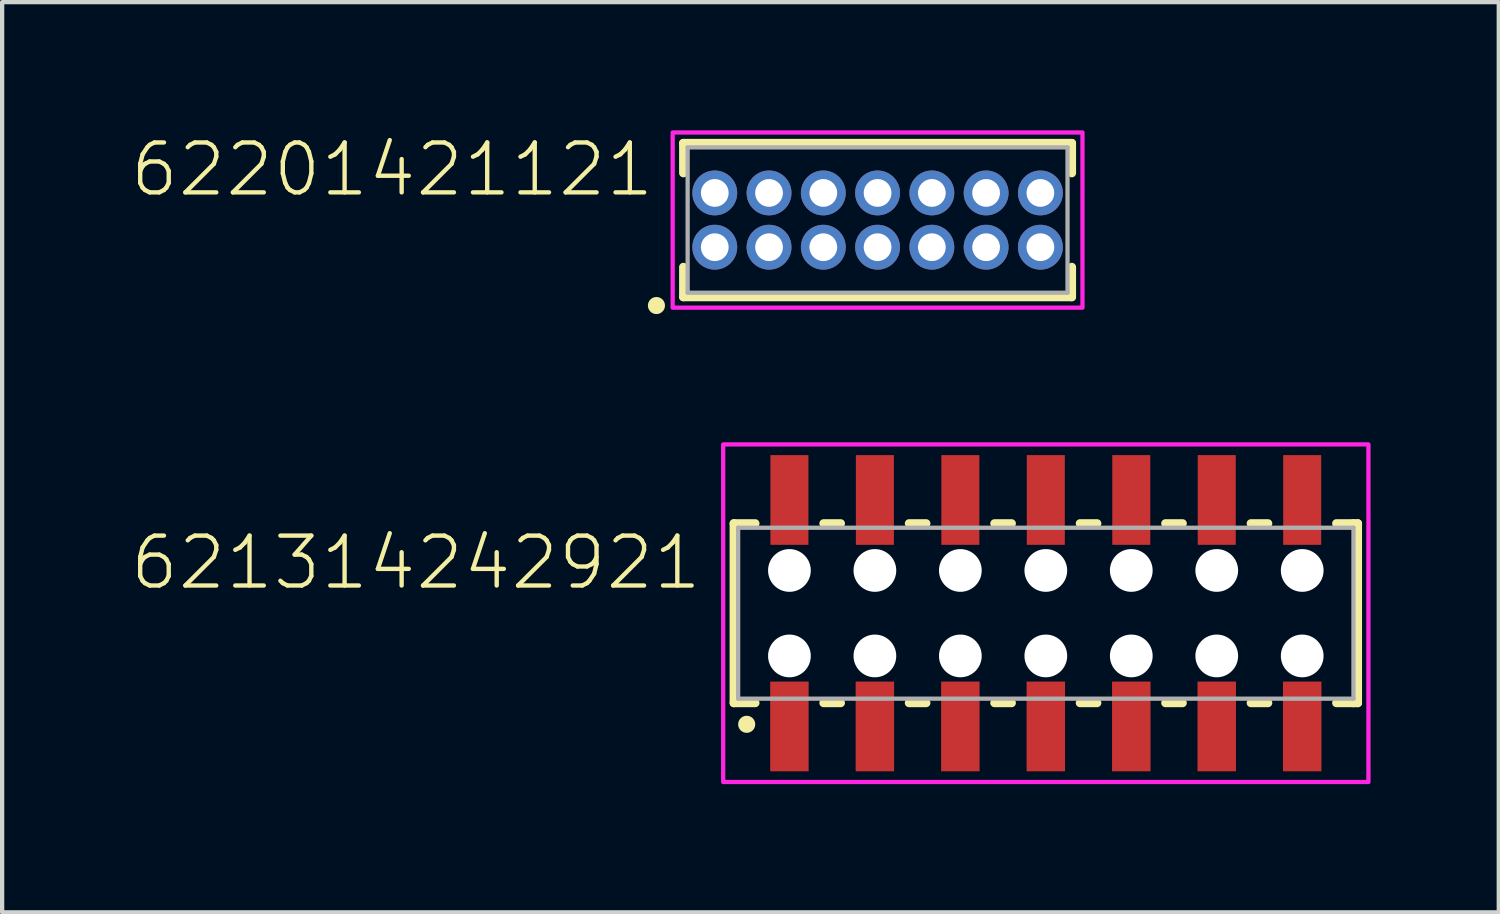
<source format=kicad_pcb>
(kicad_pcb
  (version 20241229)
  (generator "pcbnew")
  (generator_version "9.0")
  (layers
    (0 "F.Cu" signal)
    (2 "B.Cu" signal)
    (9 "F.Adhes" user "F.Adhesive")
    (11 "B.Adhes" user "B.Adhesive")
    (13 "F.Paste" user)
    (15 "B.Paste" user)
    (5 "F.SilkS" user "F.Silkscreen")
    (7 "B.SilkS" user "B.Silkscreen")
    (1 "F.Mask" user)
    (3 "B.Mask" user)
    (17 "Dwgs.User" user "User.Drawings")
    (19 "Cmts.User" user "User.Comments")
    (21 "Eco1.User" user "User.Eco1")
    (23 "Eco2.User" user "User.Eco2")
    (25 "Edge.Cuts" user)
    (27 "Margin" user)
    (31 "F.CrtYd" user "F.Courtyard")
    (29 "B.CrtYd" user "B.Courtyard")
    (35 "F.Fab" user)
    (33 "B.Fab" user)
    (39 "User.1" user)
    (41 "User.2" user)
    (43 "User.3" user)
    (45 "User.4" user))
  (footprint "62201421121"
    (layer "F.Cu")
    (at 17.487 2.1)
    (property "Reference" "62201421121" (at -5.175 -0.5 0) (unlocked yes) (layer "F.SilkS") (effects (font (size 1.168 1.168) (thickness 0.102)) (justify right bottom)))
    (fp_line (start -4.545 -1.8) (end 4.545 -1.8) (stroke (width 0.2) (type solid)) (layer "F.SilkS"))
    (fp_line (start -4.545 -1.1) (end -4.545 -1.8) (stroke (width 0.2) (type solid)) (layer "F.SilkS"))
    (fp_line (start -4.545 1.1) (end -4.545 1.8) (stroke (width 0.2) (type solid)) (layer "F.SilkS"))
    (fp_line (start -4.545 1.8) (end 4.545 1.8) (stroke (width 0.2) (type solid)) (layer "F.SilkS"))
    (fp_line (start 4.545 -1.8) (end 4.545 -1.1) (stroke (width 0.2) (type solid)) (layer "F.SilkS"))
    (fp_line (start 4.545 1.8) (end 4.545 1.1) (stroke (width 0.2) (type solid)) (layer "F.SilkS"))
    (fp_circle (center -5.175 2) (end -5.075 2) (stroke (width 0.2) (type solid)) (fill no) (layer "F.SilkS"))
    (fp_poly (pts (xy 4.795 2.05) (xy -4.795 2.05) (xy -4.795 -2.05) (xy 4.795 -2.05)) (stroke (width 0.1) (type default)) (fill no) (layer "F.CrtYd"))
    (fp_line (start -4.445 -1.7) (end -4.445 1.7) (stroke (width 0.1) (type solid)) (layer "F.Fab"))
    (fp_line (start -4.445 1.7) (end 4.445 1.7) (stroke (width 0.1) (type solid)) (layer "F.Fab"))
    (fp_line (start 4.445 -1.7) (end -4.445 -1.7) (stroke (width 0.1) (type solid)) (layer "F.Fab"))
    (fp_line (start 4.445 1.7) (end 4.445 -1.7) (stroke (width 0.1) (type solid)) (layer "F.Fab"))
    (pad "1" thru_hole circle (at -3.81 0.635) (size 1.05 1.05) (drill 0.65) (layers "*.Cu" "*.Mask"))
    (pad "2" thru_hole circle (at -3.81 -0.635) (size 1.05 1.05) (drill 0.65) (layers "*.Cu" "*.Mask"))
    (pad "3" thru_hole circle (at -2.54 0.635) (size 1.05 1.05) (drill 0.65) (layers "*.Cu" "*.Mask"))
    (pad "4" thru_hole circle (at -2.54 -0.635) (size 1.05 1.05) (drill 0.65) (layers "*.Cu" "*.Mask"))
    (pad "5" thru_hole circle (at -1.27 0.635) (size 1.05 1.05) (drill 0.65) (layers "*.Cu" "*.Mask"))
    (pad "6" thru_hole circle (at -1.27 -0.635) (size 1.05 1.05) (drill 0.65) (layers "*.Cu" "*.Mask"))
    (pad "7" thru_hole circle (at 0 0.635) (size 1.05 1.05) (drill 0.65) (layers "*.Cu" "*.Mask"))
    (pad "8" thru_hole circle (at 0 -0.635) (size 1.05 1.05) (drill 0.65) (layers "*.Cu" "*.Mask"))
    (pad "9" thru_hole circle (at 1.27 0.635) (size 1.05 1.05) (drill 0.65) (layers "*.Cu" "*.Mask"))
    (pad "10" thru_hole circle (at 1.27 -0.635) (size 1.05 1.05) (drill 0.65) (layers "*.Cu" "*.Mask"))
    (pad "11" thru_hole circle (at 2.54 0.635) (size 1.05 1.05) (drill 0.65) (layers "*.Cu" "*.Mask"))
    (pad "12" thru_hole circle (at 2.54 -0.635) (size 1.05 1.05) (drill 0.65) (layers "*.Cu" "*.Mask"))
    (pad "13" thru_hole circle (at 3.81 0.635) (size 1.05 1.05) (drill 0.65) (layers "*.Cu" "*.Mask"))
    (pad "14" thru_hole circle (at 3.81 -0.635) (size 1.05 1.05) (drill 0.65) (layers "*.Cu" "*.Mask")))
  (footprint "621314242921"
    (layer "F.Cu")
    (at 21.424 11.3)
    (property "Reference" "621314242921" (at -8 -0.5 0) (unlocked yes) (layer "F.SilkS") (effects (font (size 1.168 1.168) (thickness 0.102)) (justify right bottom)))
    (fp_line (start -7.3 -2.1) (end -7.3 2.1) (stroke (width 0.2) (type solid)) (layer "F.SilkS"))
    (fp_line (start -7.3 2.1) (end -6.8 2.1) (stroke (width 0.2) (type solid)) (layer "F.SilkS"))
    (fp_line (start -6.8 -2.1) (end -7.3 -2.1) (stroke (width 0.2) (type solid)) (layer "F.SilkS"))
    (fp_line (start -5.2 2.1) (end -4.8 2.1) (stroke (width 0.2) (type solid)) (layer "F.SilkS"))
    (fp_line (start -4.8 -2.1) (end -5.2 -2.1) (stroke (width 0.2) (type solid)) (layer "F.SilkS"))
    (fp_line (start -3.2 2.1) (end -2.8 2.1) (stroke (width 0.2) (type solid)) (layer "F.SilkS"))
    (fp_line (start -2.8 -2.1) (end -3.2 -2.1) (stroke (width 0.2) (type solid)) (layer "F.SilkS"))
    (fp_line (start -1.2 2.1) (end -0.8 2.1) (stroke (width 0.2) (type solid)) (layer "F.SilkS"))
    (fp_line (start -0.8 -2.1) (end -1.2 -2.1) (stroke (width 0.2) (type solid)) (layer "F.SilkS"))
    (fp_line (start 0.8 2.1) (end 1.2 2.1) (stroke (width 0.2) (type solid)) (layer "F.SilkS"))
    (fp_line (start 1.2 -2.1) (end 0.8 -2.1) (stroke (width 0.2) (type solid)) (layer "F.SilkS"))
    (fp_line (start 2.8 2.1) (end 3.2 2.1) (stroke (width 0.2) (type solid)) (layer "F.SilkS"))
    (fp_line (start 3.2 -2.1) (end 2.8 -2.1) (stroke (width 0.2) (type solid)) (layer "F.SilkS"))
    (fp_line (start 4.8 2.1) (end 5.2 2.1) (stroke (width 0.2) (type solid)) (layer "F.SilkS"))
    (fp_line (start 5.2 -2.1) (end 4.8 -2.1) (stroke (width 0.2) (type solid)) (layer "F.SilkS"))
    (fp_line (start 6.8 2.1) (end 7.2 2.1) (stroke (width 0.2) (type solid)) (layer "F.SilkS"))
    (fp_line (start 7.2 -2.1) (end 6.8 -2.1) (stroke (width 0.2) (type solid)) (layer "F.SilkS"))
    (fp_line (start 7.2 -2.1) (end 7.3 -2.1) (stroke (width 0.2) (type solid)) (layer "F.SilkS"))
    (fp_line (start 7.3 -2.1) (end 7.3 2.1) (stroke (width 0.2) (type solid)) (layer "F.SilkS"))
    (fp_line (start 7.3 2.1) (end 7.2 2.1) (stroke (width 0.2) (type solid)) (layer "F.SilkS"))
    (fp_circle (center -7 2.6) (end -6.9 2.6) (stroke (width 0.2) (type solid)) (fill no) (layer "F.SilkS"))
    (fp_poly (pts (xy 7.55 3.95) (xy -7.55 3.95) (xy -7.55 -3.95) (xy 7.55 -3.95)) (stroke (width 0.1) (type default)) (fill no) (layer "F.CrtYd"))
    (fp_line (start -7.2 -2) (end -7.2 2) (stroke (width 0.1) (type solid)) (layer "F.Fab"))
    (fp_line (start -7.2 2) (end 7.2 2) (stroke (width 0.1) (type solid)) (layer "F.Fab"))
    (fp_line (start 7.2 -2) (end -7.2 -2) (stroke (width 0.1) (type solid)) (layer "F.Fab"))
    (fp_line (start 7.2 2) (end 7.2 -2) (stroke (width 0.1) (type solid)) (layer "F.Fab"))
    (pad "" np_thru_hole circle (at -6 -1) (size 1 1) (drill 1) (layers "*.Cu" "*.Mask"))
    (pad "" np_thru_hole circle (at -6 1) (size 1 1) (drill 1) (layers "*.Cu" "*.Mask"))
    (pad "" np_thru_hole circle (at -4 -1) (size 1 1) (drill 1) (layers "*.Cu" "*.Mask"))
    (pad "" np_thru_hole circle (at -4 1) (size 1 1) (drill 1) (layers "*.Cu" "*.Mask"))
    (pad "" np_thru_hole circle (at -2 -1) (size 1 1) (drill 1) (layers "*.Cu" "*.Mask"))
    (pad "" np_thru_hole circle (at -2 1) (size 1 1) (drill 1) (layers "*.Cu" "*.Mask"))
    (pad "" np_thru_hole circle (at 0 -1) (size 1 1) (drill 1) (layers "*.Cu" "*.Mask"))
    (pad "" np_thru_hole circle (at 0 1) (size 1 1) (drill 1) (layers "*.Cu" "*.Mask"))
    (pad "" np_thru_hole circle (at 2 -1) (size 1 1) (drill 1) (layers "*.Cu" "*.Mask"))
    (pad "" np_thru_hole circle (at 2 1) (size 1 1) (drill 1) (layers "*.Cu" "*.Mask"))
    (pad "" np_thru_hole circle (at 4 -1) (size 1 1) (drill 1) (layers "*.Cu" "*.Mask"))
    (pad "" np_thru_hole circle (at 4 1) (size 1 1) (drill 1) (layers "*.Cu" "*.Mask"))
    (pad "" np_thru_hole circle (at 6 -1) (size 1 1) (drill 1) (layers "*.Cu" "*.Mask"))
    (pad "" np_thru_hole circle (at 6 1) (size 1 1) (drill 1) (layers "*.Cu" "*.Mask"))
    (pad "1" smd rect (at -6 2.65) (size 0.9 2.1) (layers "F.Cu" "F.Mask" "F.Paste"))
    (pad "2" smd rect (at -6 -2.65) (size 0.89 2.1) (layers "F.Cu" "F.Mask" "F.Paste"))
    (pad "3" smd rect (at -4 2.65) (size 0.9 2.1) (layers "F.Cu" "F.Mask" "F.Paste"))
    (pad "4" smd rect (at -4 -2.65) (size 0.89 2.1) (layers "F.Cu" "F.Mask" "F.Paste"))
    (pad "5" smd rect (at -2 2.65) (size 0.9 2.1) (layers "F.Cu" "F.Mask" "F.Paste"))
    (pad "6" smd rect (at -2 -2.65) (size 0.89 2.1) (layers "F.Cu" "F.Mask" "F.Paste"))
    (pad "7" smd rect (at 0 2.65) (size 0.9 2.1) (layers "F.Cu" "F.Mask" "F.Paste"))
    (pad "8" smd rect (at 0 -2.65) (size 0.89 2.1) (layers "F.Cu" "F.Mask" "F.Paste"))
    (pad "9" smd rect (at 2 2.65) (size 0.9 2.1) (layers "F.Cu" "F.Mask" "F.Paste"))
    (pad "10" smd rect (at 2 -2.65) (size 0.89 2.1) (layers "F.Cu" "F.Mask" "F.Paste"))
    (pad "11" smd rect (at 4 2.65) (size 0.9 2.1) (layers "F.Cu" "F.Mask" "F.Paste"))
    (pad "12" smd rect (at 4 -2.65) (size 0.89 2.1) (layers "F.Cu" "F.Mask" "F.Paste"))
    (pad "13" smd rect (at 6 2.65) (size 0.9 2.1) (layers "F.Cu" "F.Mask" "F.Paste"))
    (pad "14" smd rect (at 6 -2.65) (size 0.89 2.1) (layers "F.Cu" "F.Mask" "F.Paste")))
  (gr_rect
    (start -3 -3)
    (end 32.024 18.3)
    (stroke (width 0.1) (type default))
    (fill no)
    (layer "Edge.Cuts")))
</source>
